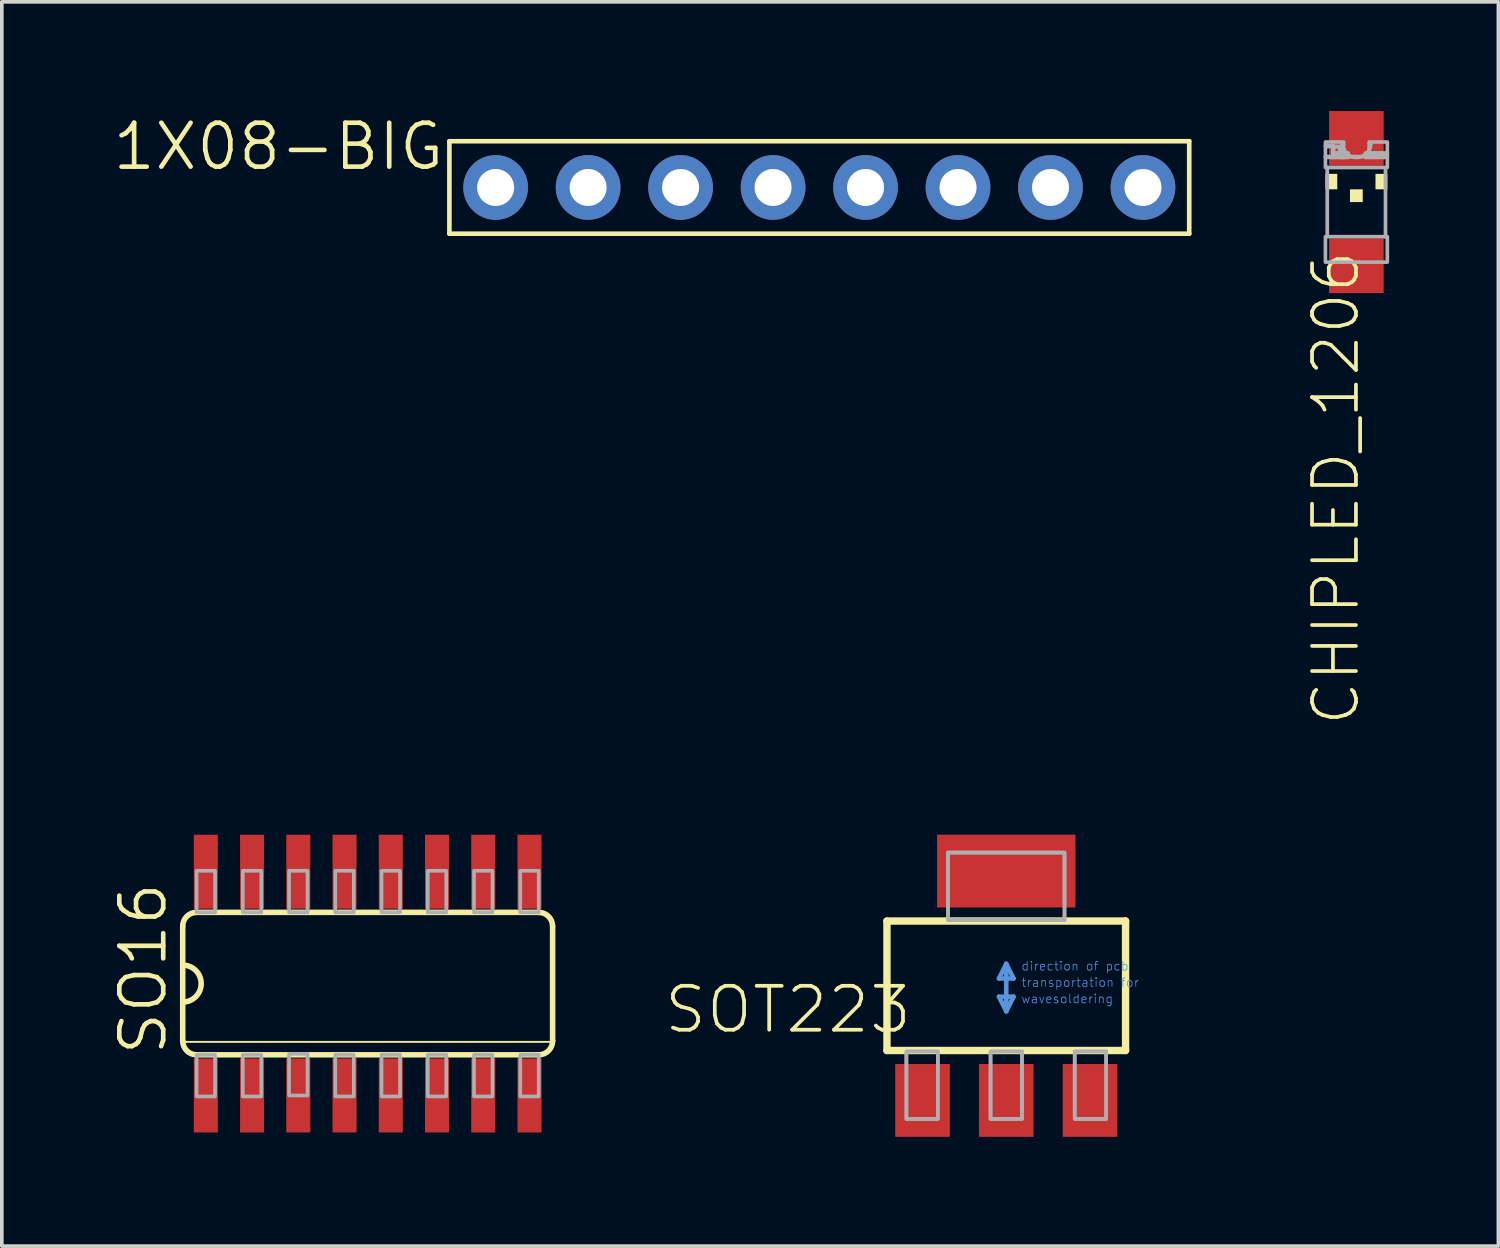
<source format=kicad_pcb>
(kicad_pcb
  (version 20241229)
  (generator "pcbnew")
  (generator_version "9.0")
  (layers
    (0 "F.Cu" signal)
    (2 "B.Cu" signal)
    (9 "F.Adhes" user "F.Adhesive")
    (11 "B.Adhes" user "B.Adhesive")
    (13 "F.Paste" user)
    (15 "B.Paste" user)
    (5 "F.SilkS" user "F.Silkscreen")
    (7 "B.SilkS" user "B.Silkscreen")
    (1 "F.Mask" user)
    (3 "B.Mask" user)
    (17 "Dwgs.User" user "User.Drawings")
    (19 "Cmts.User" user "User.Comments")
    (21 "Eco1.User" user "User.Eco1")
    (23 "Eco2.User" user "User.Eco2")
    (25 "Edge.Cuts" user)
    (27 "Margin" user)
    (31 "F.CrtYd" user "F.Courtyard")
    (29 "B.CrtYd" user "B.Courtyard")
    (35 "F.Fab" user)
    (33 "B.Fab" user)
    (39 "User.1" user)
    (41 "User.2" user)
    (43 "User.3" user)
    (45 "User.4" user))
  (footprint "SO16"
    (layer "F.Cu")
    (at 7.048 23.965)
    (property "Reference" "SO16" (at -5.461 2.032 90) (layer "F.SilkS") (effects (font (size 1.206 1.206) (thickness 0.127)) (justify left bottom)))
    (attr through_hole)
    (fp_line (start -5.08 -1.575) (end -5.08 -0.508) (stroke (width 0.152) (type solid)) (layer "F.SilkS"))
    (fp_line (start -5.08 -0.508) (end -5.08 0.508) (stroke (width 0.152) (type solid)) (layer "F.SilkS"))
    (fp_line (start -5.08 0.508) (end -5.08 1.575) (stroke (width 0.152) (type solid)) (layer "F.SilkS"))
    (fp_line (start -5.08 1.6) (end 5.08 1.6) (stroke (width 0.051) (type solid)) (layer "F.SilkS"))
    (fp_line (start -4.699 1.956) (end 4.699 1.956) (stroke (width 0.152) (type solid)) (layer "F.SilkS"))
    (fp_line (start 4.699 -1.956) (end -4.699 -1.956) (stroke (width 0.152) (type solid)) (layer "F.SilkS"))
    (fp_line (start 5.08 1.575) (end 5.08 -1.575) (stroke (width 0.152) (type solid)) (layer "F.SilkS"))
    (fp_arc (start -5.08 -1.5748) (mid -4.968408 -1.844208) (end -4.699 -1.9558) (stroke (width 0.1524) (type solid)) (layer "F.SilkS"))
    (fp_arc (start -5.08 -0.508) (mid -4.572 0) (end -5.08 0.508) (stroke (width 0.1524) (type solid)) (layer "F.SilkS"))
    (fp_arc (start -4.699 1.9558) (mid -4.968408 1.844208) (end -5.08 1.5748) (stroke (width 0.1524) (type solid)) (layer "F.SilkS"))
    (fp_arc (start 4.699 -1.9558) (mid 4.968408 -1.844208) (end 5.08 -1.5748) (stroke (width 0.1524) (type solid)) (layer "F.SilkS"))
    (fp_arc (start 5.08 1.5748) (mid 4.968408 1.844208) (end 4.699 1.9558) (stroke (width 0.1524) (type solid)) (layer "F.SilkS"))
    (fp_poly (pts (xy -4.699 -1.956) (xy -4.191 -1.956) (xy -4.191 -3.099) (xy -4.699 -3.099)) (stroke (width 0.1) (type solid)) (fill no) (layer "F.Fab"))
    (fp_poly (pts (xy -4.699 3.099) (xy -4.191 3.099) (xy -4.191 1.956) (xy -4.699 1.956)) (stroke (width 0.1) (type solid)) (fill no) (layer "F.Fab"))
    (fp_poly (pts (xy -3.429 -1.956) (xy -2.921 -1.956) (xy -2.921 -3.099) (xy -3.429 -3.099)) (stroke (width 0.1) (type solid)) (fill no) (layer "F.Fab"))
    (fp_poly (pts (xy -3.429 3.099) (xy -2.921 3.099) (xy -2.921 1.956) (xy -3.429 1.956)) (stroke (width 0.1) (type solid)) (fill no) (layer "F.Fab"))
    (fp_poly (pts (xy -2.159 -1.956) (xy -1.651 -1.956) (xy -1.651 -3.099) (xy -2.159 -3.099)) (stroke (width 0.1) (type solid)) (fill no) (layer "F.Fab"))
    (fp_poly (pts (xy -2.159 3.073) (xy -1.651 3.073) (xy -1.651 1.93) (xy -2.159 1.93)) (stroke (width 0.1) (type solid)) (fill no) (layer "F.Fab"))
    (fp_poly (pts (xy -0.889 -1.956) (xy -0.381 -1.956) (xy -0.381 -3.099) (xy -0.889 -3.099)) (stroke (width 0.1) (type solid)) (fill no) (layer "F.Fab"))
    (fp_poly (pts (xy -0.889 3.099) (xy -0.381 3.099) (xy -0.381 1.956) (xy -0.889 1.956)) (stroke (width 0.1) (type solid)) (fill no) (layer "F.Fab"))
    (fp_poly (pts (xy 0.381 -1.956) (xy 0.889 -1.956) (xy 0.889 -3.099) (xy 0.381 -3.099)) (stroke (width 0.1) (type solid)) (fill no) (layer "F.Fab"))
    (fp_poly (pts (xy 0.381 3.099) (xy 0.889 3.099) (xy 0.889 1.956) (xy 0.381 1.956)) (stroke (width 0.1) (type solid)) (fill no) (layer "F.Fab"))
    (fp_poly (pts (xy 1.651 -1.956) (xy 2.159 -1.956) (xy 2.159 -3.099) (xy 1.651 -3.099)) (stroke (width 0.1) (type solid)) (fill no) (layer "F.Fab"))
    (fp_poly (pts (xy 1.651 3.099) (xy 2.159 3.099) (xy 2.159 1.956) (xy 1.651 1.956)) (stroke (width 0.1) (type solid)) (fill no) (layer "F.Fab"))
    (fp_poly (pts (xy 2.921 -1.956) (xy 3.429 -1.956) (xy 3.429 -3.099) (xy 2.921 -3.099)) (stroke (width 0.1) (type solid)) (fill no) (layer "F.Fab"))
    (fp_poly (pts (xy 2.921 3.099) (xy 3.429 3.099) (xy 3.429 1.956) (xy 2.921 1.956)) (stroke (width 0.1) (type solid)) (fill no) (layer "F.Fab"))
    (fp_poly (pts (xy 4.191 -1.956) (xy 4.699 -1.956) (xy 4.699 -3.099) (xy 4.191 -3.099)) (stroke (width 0.1) (type solid)) (fill no) (layer "F.Fab"))
    (fp_poly (pts (xy 4.191 3.099) (xy 4.699 3.099) (xy 4.699 1.956) (xy 4.191 1.956)) (stroke (width 0.1) (type solid)) (fill no) (layer "F.Fab"))
    (pad "1" smd rect (at -4.445 3.073) (size 0.66 2.032) (layers "F.Cu" "F.Mask" "F.Paste"))
    (pad "2" smd rect (at -3.175 3.073) (size 0.66 2.032) (layers "F.Cu" "F.Mask" "F.Paste"))
    (pad "3" smd rect (at -1.905 3.073) (size 0.66 2.032) (layers "F.Cu" "F.Mask" "F.Paste"))
    (pad "4" smd rect (at -0.635 3.073) (size 0.66 2.032) (layers "F.Cu" "F.Mask" "F.Paste"))
    (pad "5" smd rect (at 0.635 3.073) (size 0.66 2.032) (layers "F.Cu" "F.Mask" "F.Paste"))
    (pad "6" smd rect (at 1.905 3.073) (size 0.66 2.032) (layers "F.Cu" "F.Mask" "F.Paste"))
    (pad "7" smd rect (at 3.175 3.073) (size 0.66 2.032) (layers "F.Cu" "F.Mask" "F.Paste"))
    (pad "8" smd rect (at 4.445 3.073) (size 0.66 2.032) (layers "F.Cu" "F.Mask" "F.Paste"))
    (pad "9" smd rect (at 4.445 -3.073) (size 0.66 2.032) (layers "F.Cu" "F.Mask" "F.Paste"))
    (pad "10" smd rect (at 3.175 -3.073) (size 0.66 2.032) (layers "F.Cu" "F.Mask" "F.Paste"))
    (pad "11" smd rect (at 1.905 -3.073) (size 0.66 2.032) (layers "F.Cu" "F.Mask" "F.Paste"))
    (pad "12" smd rect (at 0.635 -3.073) (size 0.66 2.032) (layers "F.Cu" "F.Mask" "F.Paste"))
    (pad "13" smd rect (at -0.635 -3.073) (size 0.66 2.032) (layers "F.Cu" "F.Mask" "F.Paste"))
    (pad "14" smd rect (at -1.905 -3.073) (size 0.66 2.032) (layers "F.Cu" "F.Mask" "F.Paste"))
    (pad "15" smd rect (at -3.175 -3.073) (size 0.66 2.032) (layers "F.Cu" "F.Mask" "F.Paste"))
    (pad "16" smd rect (at -4.445 -3.073) (size 0.66 2.032) (layers "F.Cu" "F.Mask" "F.Paste")))
  (footprint "SOT223"
    (layer "F.Cu")
    (at 24.588 24.025)
    (property "Reference" "SOT223" (at -2.54 -0.051 0) (layer "F.SilkS") (effects (font (size 1.206 1.206) (thickness 0.102)) (justify right top)))
    (attr through_hole)
    (fp_line (start -3.277 -1.778) (end 3.277 -1.778) (stroke (width 0.203) (type solid)) (layer "F.SilkS"))
    (fp_line (start -3.277 1.778) (end -3.277 -1.778) (stroke (width 0.203) (type solid)) (layer "F.SilkS"))
    (fp_line (start 3.277 -1.778) (end 3.277 1.778) (stroke (width 0.203) (type solid)) (layer "F.SilkS"))
    (fp_line (start 3.277 1.778) (end -3.277 1.778) (stroke (width 0.203) (type solid)) (layer "F.SilkS"))
    (fp_line (start -0.2 -0.2) (end 0.2 -0.2) (stroke (width 0.127) (type solid)) (layer "Cmts.User"))
    (fp_line (start -0.2 0.3) (end 0 0.7) (stroke (width 0.127) (type solid)) (layer "Cmts.User"))
    (fp_line (start 0 -0.6) (end -0.2 -0.2) (stroke (width 0.127) (type solid)) (layer "Cmts.User"))
    (fp_line (start 0 0.7) (end 0 -0.6) (stroke (width 0.127) (type solid)) (layer "Cmts.User"))
    (fp_line (start 0 0.7) (end 0.2 0.3) (stroke (width 0.127) (type solid)) (layer "Cmts.User"))
    (fp_line (start 0.2 -0.2) (end 0 -0.6) (stroke (width 0.127) (type solid)) (layer "Cmts.User"))
    (fp_line (start 0.2 0.3) (end -0.2 0.3) (stroke (width 0.127) (type solid)) (layer "Cmts.User"))
    (fp_poly (pts (xy -2.743 1.803) (xy -2.743 3.658) (xy -1.88 3.658) (xy -1.88 1.803)) (stroke (width 0.1) (type solid)) (fill no) (layer "F.Fab"))
    (fp_poly (pts (xy -2.743 1.803) (xy -2.743 3.658) (xy -1.88 3.658) (xy -1.88 1.803)) (stroke (width 0.1) (type solid)) (fill no) (layer "F.Fab"))
    (fp_poly (pts (xy -1.6 -3.658) (xy -1.6 -1.803) (xy 1.6 -1.803) (xy 1.6 -3.658)) (stroke (width 0.1) (type solid)) (fill no) (layer "F.Fab"))
    (fp_poly (pts (xy -1.6 -3.658) (xy -1.6 -1.803) (xy 1.6 -1.803) (xy 1.6 -3.658)) (stroke (width 0.1) (type solid)) (fill no) (layer "F.Fab"))
    (fp_poly (pts (xy -0.432 1.803) (xy -0.432 3.658) (xy 0.432 3.658) (xy 0.432 1.803)) (stroke (width 0.1) (type solid)) (fill no) (layer "F.Fab"))
    (fp_poly (pts (xy -0.432 1.803) (xy -0.432 3.658) (xy 0.432 3.658) (xy 0.432 1.803)) (stroke (width 0.1) (type solid)) (fill no) (layer "F.Fab"))
    (fp_poly (pts (xy 1.88 1.803) (xy 1.88 3.658) (xy 2.743 3.658) (xy 2.743 1.803)) (stroke (width 0.1) (type solid)) (fill no) (layer "F.Fab"))
    (fp_poly (pts (xy 1.88 1.803) (xy 1.88 3.658) (xy 2.743 3.658) (xy 2.743 1.803)) (stroke (width 0.1) (type solid)) (fill no) (layer "F.Fab"))
    (fp_text user "transportation for" (at 0.4 0.05 0) (layer "Cmts.User") (effects (font (size 0.241 0.241) (thickness 0.02)) (justify left bottom)))
    (fp_text user "direction of pcb" (at 0.4 -0.4 0) (layer "Cmts.User") (effects (font (size 0.241 0.241) (thickness 0.02)) (justify left bottom)))
    (fp_text user "wavesoldering" (at 0.4 0.5 0) (layer "Cmts.User") (effects (font (size 0.241 0.241) (thickness 0.02)) (justify left bottom)))
    (pad "1" smd rect (at -2.3 3.15) (size 1.5 2) (layers "F.Cu" "F.Mask" "F.Paste"))
    (pad "2" smd rect (at 0 3.15) (size 1.5 2) (layers "F.Cu" "F.Mask" "F.Paste"))
    (pad "3" smd rect (at 2.3 3.15) (size 1.5 2) (layers "F.Cu" "F.Mask" "F.Paste"))
    (pad "4" smd rect (at 0 -3.15) (size 3.8 2) (layers "F.Cu" "F.Mask" "F.Paste")))
  (footprint "CHIPLED_1206"
    (layer "F.Cu")
    (at 34.204 2.5)
    (property "Reference" "CHIPLED_1206" (at -1.27 1.27 90) (layer "F.SilkS") (effects (font (size 1.206 1.206) (thickness 0.102)) (justify right top)))
    (attr through_hole)
    (fp_poly (pts (xy -0.85 -0.35) (xy -0.525 -0.35) (xy -0.525 -0.775) (xy -0.85 -0.775)) (stroke (width 0) (type solid)) (fill yes) (layer "F.SilkS"))
    (fp_poly (pts (xy -0.175 0) (xy 0.175 0) (xy 0.175 -0.35) (xy -0.175 -0.35)) (stroke (width 0) (type solid)) (fill yes) (layer "F.SilkS"))
    (fp_poly (pts (xy 0.525 -0.35) (xy 0.85 -0.35) (xy 0.85 -0.775) (xy 0.525 -0.775)) (stroke (width 0) (type solid)) (fill yes) (layer "F.SilkS"))
    (fp_line (start -0.8 0.95) (end -0.8 -0.95) (stroke (width 0.102) (type solid)) (layer "F.Fab"))
    (fp_line (start 0.8 -0.95) (end 0.8 0.95) (stroke (width 0.102) (type solid)) (layer "F.Fab"))
    (fp_arc (start 0.4 -1.599998) (mid -0.000001 -1.224968) (end -0.4 -1.6) (stroke (width 0.1016) (type solid)) (layer "F.Fab"))
    (fp_circle (center -0.55 -1.425) (end -0.45 -1.425) (stroke (width 0.102) (type solid)) (fill no) (layer "F.Fab"))
    (fp_poly (pts (xy -0.85 -1.525) (xy -0.35 -1.525) (xy -0.35 -1.65) (xy -0.85 -1.65)) (stroke (width 0.1) (type solid)) (fill no) (layer "F.Fab"))
    (fp_poly (pts (xy -0.85 -1.225) (xy -0.625 -1.225) (xy -0.625 -1.55) (xy -0.85 -1.55)) (stroke (width 0.1) (type solid)) (fill no) (layer "F.Fab"))
    (fp_poly (pts (xy -0.85 -0.95) (xy 0.85 -0.95) (xy 0.85 -1.25) (xy -0.85 -1.25)) (stroke (width 0.1) (type solid)) (fill no) (layer "F.Fab"))
    (fp_poly (pts (xy -0.85 1.65) (xy 0.85 1.65) (xy 0.85 0.95) (xy -0.85 0.95)) (stroke (width 0.1) (type solid)) (fill no) (layer "F.Fab"))
    (fp_poly (pts (xy -0.65 -1.225) (xy -0.225 -1.225) (xy -0.225 -1.35) (xy -0.65 -1.35)) (stroke (width 0.1) (type solid)) (fill no) (layer "F.Fab"))
    (fp_poly (pts (xy -0.45 -1.225) (xy -0.325 -1.225) (xy -0.325 -1.45) (xy -0.45 -1.45)) (stroke (width 0.1) (type solid)) (fill no) (layer "F.Fab"))
    (fp_poly (pts (xy 0.25 -1.225) (xy 0.85 -1.225) (xy 0.85 -1.35) (xy 0.25 -1.35)) (stroke (width 0.1) (type solid)) (fill no) (layer "F.Fab"))
    (fp_poly (pts (xy 0.35 -1.3) (xy 0.85 -1.3) (xy 0.85 -1.65) (xy 0.35 -1.65)) (stroke (width 0.1) (type solid)) (fill no) (layer "F.Fab"))
    (pad "A" smd rect (at 0 1.75) (size 1.5 1.5) (layers "F.Cu" "F.Mask" "F.Paste"))
    (pad "C" smd rect (at 0 -1.75) (size 1.5 1.5) (layers "F.Cu" "F.Mask" "F.Paste")))
  (footprint "1X08-BIG"
    (layer "F.Cu")
    (at 19.453 2.099)
    (property "Reference" "1X08-BIG" (at -10.236 -1.829 0) (layer "F.SilkS") (effects (font (size 1.206 1.206) (thickness 0.127)) (justify right top)))
    (attr through_hole)
    (fp_line (start -10.16 -1.27) (end 10.16 -1.27) (stroke (width 0.127) (type solid)) (layer "F.SilkS"))
    (fp_line (start -10.16 1.27) (end -10.16 -1.27) (stroke (width 0.127) (type solid)) (layer "F.SilkS"))
    (fp_line (start 10.16 -1.27) (end 10.16 1.27) (stroke (width 0.127) (type solid)) (layer "F.SilkS"))
    (fp_line (start 10.16 1.27) (end -10.16 1.27) (stroke (width 0.127) (type solid)) (layer "F.SilkS"))
    (fp_poly (pts (xy -9.144 0.254) (xy -8.636 0.254) (xy -8.636 -0.254) (xy -9.144 -0.254)) (stroke (width 0.1) (type solid)) (fill no) (layer "F.Fab"))
    (fp_poly (pts (xy -6.604 0.254) (xy -6.096 0.254) (xy -6.096 -0.254) (xy -6.604 -0.254)) (stroke (width 0.1) (type solid)) (fill no) (layer "F.Fab"))
    (fp_poly (pts (xy -4.064 0.254) (xy -3.556 0.254) (xy -3.556 -0.254) (xy -4.064 -0.254)) (stroke (width 0.1) (type solid)) (fill no) (layer "F.Fab"))
    (fp_poly (pts (xy -1.524 0.254) (xy -1.016 0.254) (xy -1.016 -0.254) (xy -1.524 -0.254)) (stroke (width 0.1) (type solid)) (fill no) (layer "F.Fab"))
    (fp_poly (pts (xy 1.016 0.254) (xy 1.524 0.254) (xy 1.524 -0.254) (xy 1.016 -0.254)) (stroke (width 0.1) (type solid)) (fill no) (layer "F.Fab"))
    (fp_poly (pts (xy 3.556 0.254) (xy 4.064 0.254) (xy 4.064 -0.254) (xy 3.556 -0.254)) (stroke (width 0.1) (type solid)) (fill no) (layer "F.Fab"))
    (fp_poly (pts (xy 6.096 0.254) (xy 6.604 0.254) (xy 6.604 -0.254) (xy 6.096 -0.254)) (stroke (width 0.1) (type solid)) (fill no) (layer "F.Fab"))
    (fp_poly (pts (xy 8.636 0.254) (xy 9.144 0.254) (xy 9.144 -0.254) (xy 8.636 -0.254)) (stroke (width 0.1) (type solid)) (fill no) (layer "F.Fab"))
    (pad "1" thru_hole circle (at -8.89 0 90) (size 1.778 1.778) (drill 1.016) (layers "*.Cu" "*.Mask"))
    (pad "2" thru_hole circle (at -6.35 0 90) (size 1.778 1.778) (drill 1.016) (layers "*.Cu" "*.Mask"))
    (pad "3" thru_hole circle (at -3.81 0 90) (size 1.778 1.778) (drill 1.016) (layers "*.Cu" "*.Mask"))
    (pad "4" thru_hole circle (at -1.27 0 90) (size 1.778 1.778) (drill 1.016) (layers "*.Cu" "*.Mask"))
    (pad "5" thru_hole circle (at 1.27 0 90) (size 1.778 1.778) (drill 1.016) (layers "*.Cu" "*.Mask"))
    (pad "6" thru_hole circle (at 3.81 0 90) (size 1.778 1.778) (drill 1.016) (layers "*.Cu" "*.Mask"))
    (pad "7" thru_hole circle (at 6.35 0 90) (size 1.778 1.778) (drill 1.016) (layers "*.Cu" "*.Mask"))
    (pad "8" thru_hole circle (at 8.89 0 90) (size 1.778 1.778) (drill 1.016) (layers "*.Cu" "*.Mask")))
  (gr_rect
    (start -3 -3)
    (end 38.104 31.175)
    (stroke (width 0.1) (type default))
    (fill no)
    (layer "Edge.Cuts")))
</source>
